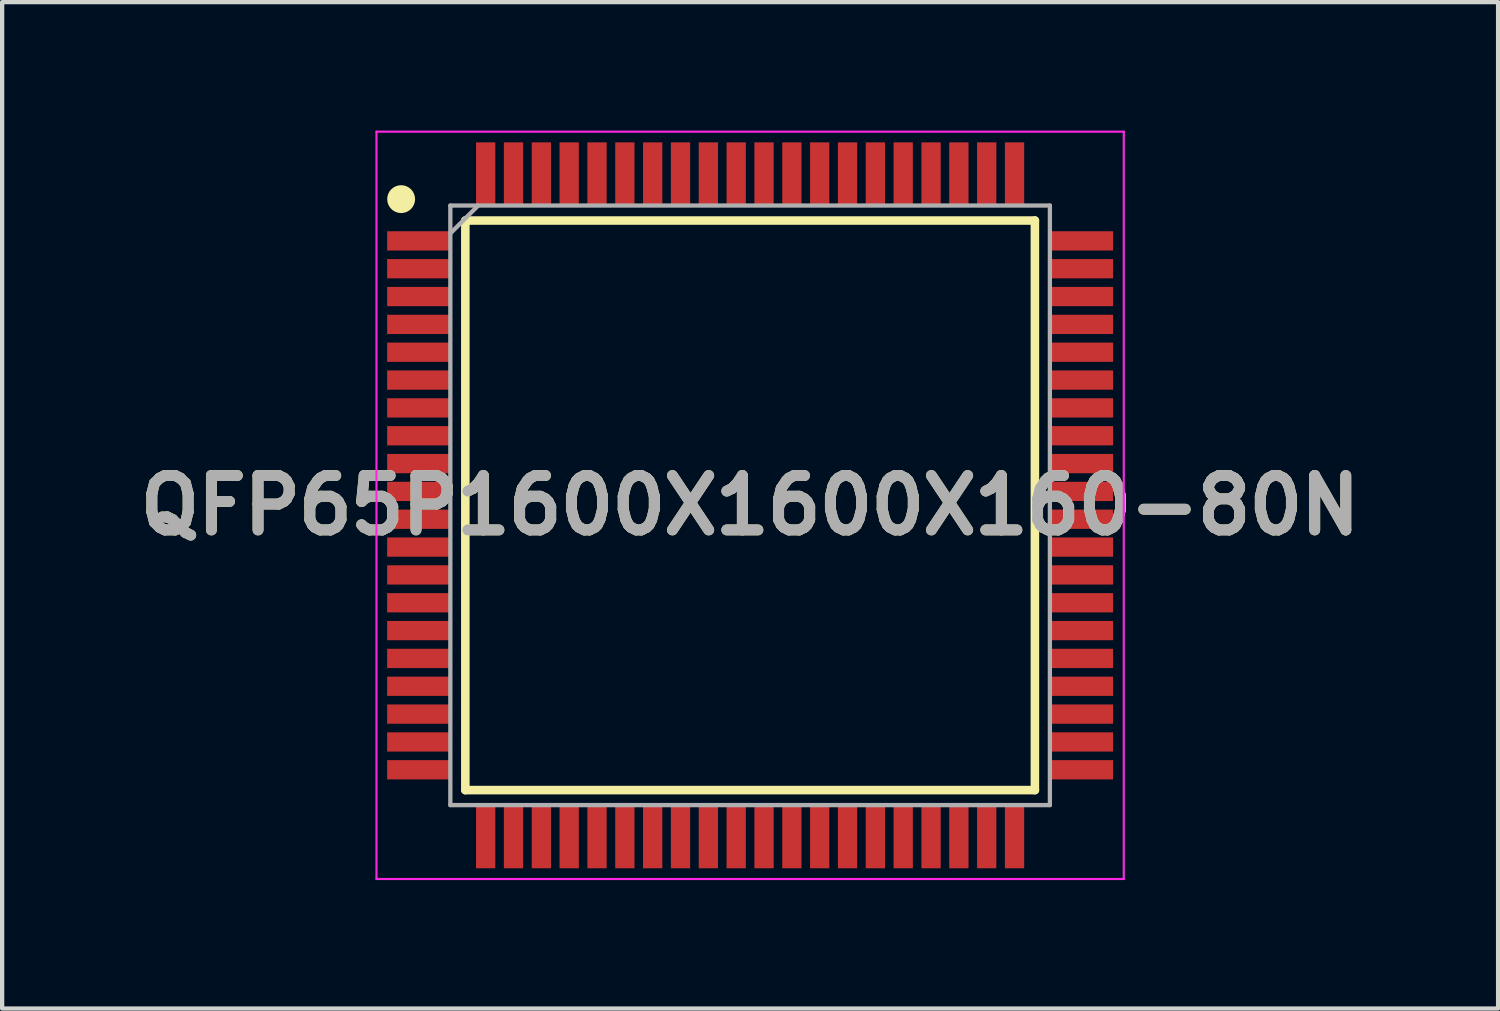
<source format=kicad_pcb>
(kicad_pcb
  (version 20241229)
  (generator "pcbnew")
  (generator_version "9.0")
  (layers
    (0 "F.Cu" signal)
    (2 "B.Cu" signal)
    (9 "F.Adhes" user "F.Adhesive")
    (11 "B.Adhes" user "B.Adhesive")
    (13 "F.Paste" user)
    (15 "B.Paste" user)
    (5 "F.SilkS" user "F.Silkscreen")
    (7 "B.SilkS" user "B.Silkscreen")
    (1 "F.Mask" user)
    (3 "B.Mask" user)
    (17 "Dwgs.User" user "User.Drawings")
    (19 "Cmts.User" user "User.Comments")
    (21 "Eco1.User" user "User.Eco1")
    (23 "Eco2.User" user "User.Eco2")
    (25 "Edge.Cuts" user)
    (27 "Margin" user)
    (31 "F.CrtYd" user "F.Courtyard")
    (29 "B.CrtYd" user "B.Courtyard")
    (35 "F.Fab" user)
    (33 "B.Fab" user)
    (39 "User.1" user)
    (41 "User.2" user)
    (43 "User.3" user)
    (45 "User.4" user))
  (footprint "QFP65P1600X1600X160-80N"
    (layer "F.Cu")
    (at 14.466 8.75)
    (property "Reference" "QFP65P1600X1600X160-80N" (at 0 0 0) (layer "F.SilkS") (effects (font (size 1.27 1.27) (thickness 0.254))))
    (attr smd)
    (fp_line (start -6.65 -6.65) (end 6.65 -6.65) (stroke (width 0.2) (type solid)) (layer "F.SilkS"))
    (fp_line (start -6.65 6.65) (end -6.65 -6.65) (stroke (width 0.2) (type solid)) (layer "F.SilkS"))
    (fp_line (start 6.65 -6.65) (end 6.65 6.65) (stroke (width 0.2) (type solid)) (layer "F.SilkS"))
    (fp_line (start 6.65 6.65) (end -6.65 6.65) (stroke (width 0.2) (type solid)) (layer "F.SilkS"))
    (fp_circle (center -8.149 -7.15) (end -8.149 -6.987) (stroke (width 0.325) (type solid)) (fill no) (layer "F.SilkS"))
    (fp_line (start -8.725 -8.725) (end 8.725 -8.725) (stroke (width 0.05) (type solid)) (layer "F.CrtYd"))
    (fp_line (start -8.725 8.725) (end -8.725 -8.725) (stroke (width 0.05) (type solid)) (layer "F.CrtYd"))
    (fp_line (start 8.725 -8.725) (end 8.725 8.725) (stroke (width 0.05) (type solid)) (layer "F.CrtYd"))
    (fp_line (start 8.725 8.725) (end -8.725 8.725) (stroke (width 0.05) (type solid)) (layer "F.CrtYd"))
    (fp_line (start -7 -7) (end 7 -7) (stroke (width 0.1) (type solid)) (layer "F.Fab"))
    (fp_line (start -7 -6.35) (end -6.35 -7) (stroke (width 0.1) (type solid)) (layer "F.Fab"))
    (fp_line (start -7 7) (end -7 -7) (stroke (width 0.1) (type solid)) (layer "F.Fab"))
    (fp_line (start 7 -7) (end 7 7) (stroke (width 0.1) (type solid)) (layer "F.Fab"))
    (fp_line (start 7 7) (end -7 7) (stroke (width 0.1) (type solid)) (layer "F.Fab"))
    (fp_text user "${REFERENCE}" (at 0 0 0) (layer "F.Fab") (effects (font (size 1.27 1.27) (thickness 0.254))))
    (pad "1" smd rect (at -7.738 -6.175 90) (size 0.45 1.475) (layers "F.Cu" "F.Mask" "F.Paste"))
    (pad "2" smd rect (at -7.738 -5.525 90) (size 0.45 1.475) (layers "F.Cu" "F.Mask" "F.Paste"))
    (pad "3" smd rect (at -7.738 -4.875 90) (size 0.45 1.475) (layers "F.Cu" "F.Mask" "F.Paste"))
    (pad "4" smd rect (at -7.738 -4.225 90) (size 0.45 1.475) (layers "F.Cu" "F.Mask" "F.Paste"))
    (pad "5" smd rect (at -7.738 -3.575 90) (size 0.45 1.475) (layers "F.Cu" "F.Mask" "F.Paste"))
    (pad "6" smd rect (at -7.738 -2.925 90) (size 0.45 1.475) (layers "F.Cu" "F.Mask" "F.Paste"))
    (pad "7" smd rect (at -7.738 -2.275 90) (size 0.45 1.475) (layers "F.Cu" "F.Mask" "F.Paste"))
    (pad "8" smd rect (at -7.738 -1.625 90) (size 0.45 1.475) (layers "F.Cu" "F.Mask" "F.Paste"))
    (pad "9" smd rect (at -7.738 -0.975 90) (size 0.45 1.475) (layers "F.Cu" "F.Mask" "F.Paste"))
    (pad "10" smd rect (at -7.738 -0.325 90) (size 0.45 1.475) (layers "F.Cu" "F.Mask" "F.Paste"))
    (pad "11" smd rect (at -7.738 0.325 90) (size 0.45 1.475) (layers "F.Cu" "F.Mask" "F.Paste"))
    (pad "12" smd rect (at -7.738 0.975 90) (size 0.45 1.475) (layers "F.Cu" "F.Mask" "F.Paste"))
    (pad "13" smd rect (at -7.738 1.625 90) (size 0.45 1.475) (layers "F.Cu" "F.Mask" "F.Paste"))
    (pad "14" smd rect (at -7.738 2.275 90) (size 0.45 1.475) (layers "F.Cu" "F.Mask" "F.Paste"))
    (pad "15" smd rect (at -7.738 2.925 90) (size 0.45 1.475) (layers "F.Cu" "F.Mask" "F.Paste"))
    (pad "16" smd rect (at -7.738 3.575 90) (size 0.45 1.475) (layers "F.Cu" "F.Mask" "F.Paste"))
    (pad "17" smd rect (at -7.738 4.225 90) (size 0.45 1.475) (layers "F.Cu" "F.Mask" "F.Paste"))
    (pad "18" smd rect (at -7.738 4.875 90) (size 0.45 1.475) (layers "F.Cu" "F.Mask" "F.Paste"))
    (pad "19" smd rect (at -7.738 5.525 90) (size 0.45 1.475) (layers "F.Cu" "F.Mask" "F.Paste"))
    (pad "20" smd rect (at -7.738 6.175 90) (size 0.45 1.475) (layers "F.Cu" "F.Mask" "F.Paste"))
    (pad "21" smd rect (at -6.175 7.738) (size 0.45 1.475) (layers "F.Cu" "F.Mask" "F.Paste"))
    (pad "22" smd rect (at -5.525 7.738) (size 0.45 1.475) (layers "F.Cu" "F.Mask" "F.Paste"))
    (pad "23" smd rect (at -4.875 7.738) (size 0.45 1.475) (layers "F.Cu" "F.Mask" "F.Paste"))
    (pad "24" smd rect (at -4.225 7.738) (size 0.45 1.475) (layers "F.Cu" "F.Mask" "F.Paste"))
    (pad "25" smd rect (at -3.575 7.738) (size 0.45 1.475) (layers "F.Cu" "F.Mask" "F.Paste"))
    (pad "26" smd rect (at -2.925 7.738) (size 0.45 1.475) (layers "F.Cu" "F.Mask" "F.Paste"))
    (pad "27" smd rect (at -2.275 7.738) (size 0.45 1.475) (layers "F.Cu" "F.Mask" "F.Paste"))
    (pad "28" smd rect (at -1.625 7.738) (size 0.45 1.475) (layers "F.Cu" "F.Mask" "F.Paste"))
    (pad "29" smd rect (at -0.975 7.738) (size 0.45 1.475) (layers "F.Cu" "F.Mask" "F.Paste"))
    (pad "30" smd rect (at -0.325 7.738) (size 0.45 1.475) (layers "F.Cu" "F.Mask" "F.Paste"))
    (pad "31" smd rect (at 0.325 7.738) (size 0.45 1.475) (layers "F.Cu" "F.Mask" "F.Paste"))
    (pad "32" smd rect (at 0.975 7.738) (size 0.45 1.475) (layers "F.Cu" "F.Mask" "F.Paste"))
    (pad "33" smd rect (at 1.625 7.738) (size 0.45 1.475) (layers "F.Cu" "F.Mask" "F.Paste"))
    (pad "34" smd rect (at 2.275 7.738) (size 0.45 1.475) (layers "F.Cu" "F.Mask" "F.Paste"))
    (pad "35" smd rect (at 2.925 7.738) (size 0.45 1.475) (layers "F.Cu" "F.Mask" "F.Paste"))
    (pad "36" smd rect (at 3.575 7.738) (size 0.45 1.475) (layers "F.Cu" "F.Mask" "F.Paste"))
    (pad "37" smd rect (at 4.225 7.738) (size 0.45 1.475) (layers "F.Cu" "F.Mask" "F.Paste"))
    (pad "38" smd rect (at 4.875 7.738) (size 0.45 1.475) (layers "F.Cu" "F.Mask" "F.Paste"))
    (pad "39" smd rect (at 5.525 7.738) (size 0.45 1.475) (layers "F.Cu" "F.Mask" "F.Paste"))
    (pad "40" smd rect (at 6.175 7.738) (size 0.45 1.475) (layers "F.Cu" "F.Mask" "F.Paste"))
    (pad "41" smd rect (at 7.738 6.175 90) (size 0.45 1.475) (layers "F.Cu" "F.Mask" "F.Paste"))
    (pad "42" smd rect (at 7.738 5.525 90) (size 0.45 1.475) (layers "F.Cu" "F.Mask" "F.Paste"))
    (pad "43" smd rect (at 7.738 4.875 90) (size 0.45 1.475) (layers "F.Cu" "F.Mask" "F.Paste"))
    (pad "44" smd rect (at 7.738 4.225 90) (size 0.45 1.475) (layers "F.Cu" "F.Mask" "F.Paste"))
    (pad "45" smd rect (at 7.738 3.575 90) (size 0.45 1.475) (layers "F.Cu" "F.Mask" "F.Paste"))
    (pad "46" smd rect (at 7.738 2.925 90) (size 0.45 1.475) (layers "F.Cu" "F.Mask" "F.Paste"))
    (pad "47" smd rect (at 7.738 2.275 90) (size 0.45 1.475) (layers "F.Cu" "F.Mask" "F.Paste"))
    (pad "48" smd rect (at 7.738 1.625 90) (size 0.45 1.475) (layers "F.Cu" "F.Mask" "F.Paste"))
    (pad "49" smd rect (at 7.738 0.975 90) (size 0.45 1.475) (layers "F.Cu" "F.Mask" "F.Paste"))
    (pad "50" smd rect (at 7.738 0.325 90) (size 0.45 1.475) (layers "F.Cu" "F.Mask" "F.Paste"))
    (pad "51" smd rect (at 7.738 -0.325 90) (size 0.45 1.475) (layers "F.Cu" "F.Mask" "F.Paste"))
    (pad "52" smd rect (at 7.738 -0.975 90) (size 0.45 1.475) (layers "F.Cu" "F.Mask" "F.Paste"))
    (pad "53" smd rect (at 7.738 -1.625 90) (size 0.45 1.475) (layers "F.Cu" "F.Mask" "F.Paste"))
    (pad "54" smd rect (at 7.738 -2.275 90) (size 0.45 1.475) (layers "F.Cu" "F.Mask" "F.Paste"))
    (pad "55" smd rect (at 7.738 -2.925 90) (size 0.45 1.475) (layers "F.Cu" "F.Mask" "F.Paste"))
    (pad "56" smd rect (at 7.738 -3.575 90) (size 0.45 1.475) (layers "F.Cu" "F.Mask" "F.Paste"))
    (pad "57" smd rect (at 7.738 -4.225 90) (size 0.45 1.475) (layers "F.Cu" "F.Mask" "F.Paste"))
    (pad "58" smd rect (at 7.738 -4.875 90) (size 0.45 1.475) (layers "F.Cu" "F.Mask" "F.Paste"))
    (pad "59" smd rect (at 7.738 -5.525 90) (size 0.45 1.475) (layers "F.Cu" "F.Mask" "F.Paste"))
    (pad "60" smd rect (at 7.738 -6.175 90) (size 0.45 1.475) (layers "F.Cu" "F.Mask" "F.Paste"))
    (pad "61" smd rect (at 6.175 -7.738) (size 0.45 1.475) (layers "F.Cu" "F.Mask" "F.Paste"))
    (pad "62" smd rect (at 5.525 -7.738) (size 0.45 1.475) (layers "F.Cu" "F.Mask" "F.Paste"))
    (pad "63" smd rect (at 4.875 -7.738) (size 0.45 1.475) (layers "F.Cu" "F.Mask" "F.Paste"))
    (pad "64" smd rect (at 4.225 -7.738) (size 0.45 1.475) (layers "F.Cu" "F.Mask" "F.Paste"))
    (pad "65" smd rect (at 3.575 -7.738) (size 0.45 1.475) (layers "F.Cu" "F.Mask" "F.Paste"))
    (pad "66" smd rect (at 2.925 -7.738) (size 0.45 1.475) (layers "F.Cu" "F.Mask" "F.Paste"))
    (pad "67" smd rect (at 2.275 -7.738) (size 0.45 1.475) (layers "F.Cu" "F.Mask" "F.Paste"))
    (pad "68" smd rect (at 1.625 -7.738) (size 0.45 1.475) (layers "F.Cu" "F.Mask" "F.Paste"))
    (pad "69" smd rect (at 0.975 -7.738) (size 0.45 1.475) (layers "F.Cu" "F.Mask" "F.Paste"))
    (pad "70" smd rect (at 0.325 -7.738) (size 0.45 1.475) (layers "F.Cu" "F.Mask" "F.Paste"))
    (pad "71" smd rect (at -0.325 -7.738) (size 0.45 1.475) (layers "F.Cu" "F.Mask" "F.Paste"))
    (pad "72" smd rect (at -0.975 -7.738) (size 0.45 1.475) (layers "F.Cu" "F.Mask" "F.Paste"))
    (pad "73" smd rect (at -1.625 -7.738) (size 0.45 1.475) (layers "F.Cu" "F.Mask" "F.Paste"))
    (pad "74" smd rect (at -2.275 -7.738) (size 0.45 1.475) (layers "F.Cu" "F.Mask" "F.Paste"))
    (pad "75" smd rect (at -2.925 -7.738) (size 0.45 1.475) (layers "F.Cu" "F.Mask" "F.Paste"))
    (pad "76" smd rect (at -3.575 -7.738) (size 0.45 1.475) (layers "F.Cu" "F.Mask" "F.Paste"))
    (pad "77" smd rect (at -4.225 -7.738) (size 0.45 1.475) (layers "F.Cu" "F.Mask" "F.Paste"))
    (pad "78" smd rect (at -4.875 -7.738) (size 0.45 1.475) (layers "F.Cu" "F.Mask" "F.Paste"))
    (pad "79" smd rect (at -5.525 -7.738) (size 0.45 1.475) (layers "F.Cu" "F.Mask" "F.Paste"))
    (pad "80" smd rect (at -6.175 -7.738) (size 0.45 1.475) (layers "F.Cu" "F.Mask" "F.Paste")))
  (gr_rect
    (start -3 -3)
    (end 31.932 20.5)
    (stroke (width 0.1) (type default))
    (fill no)
    (layer "Edge.Cuts")))
</source>
